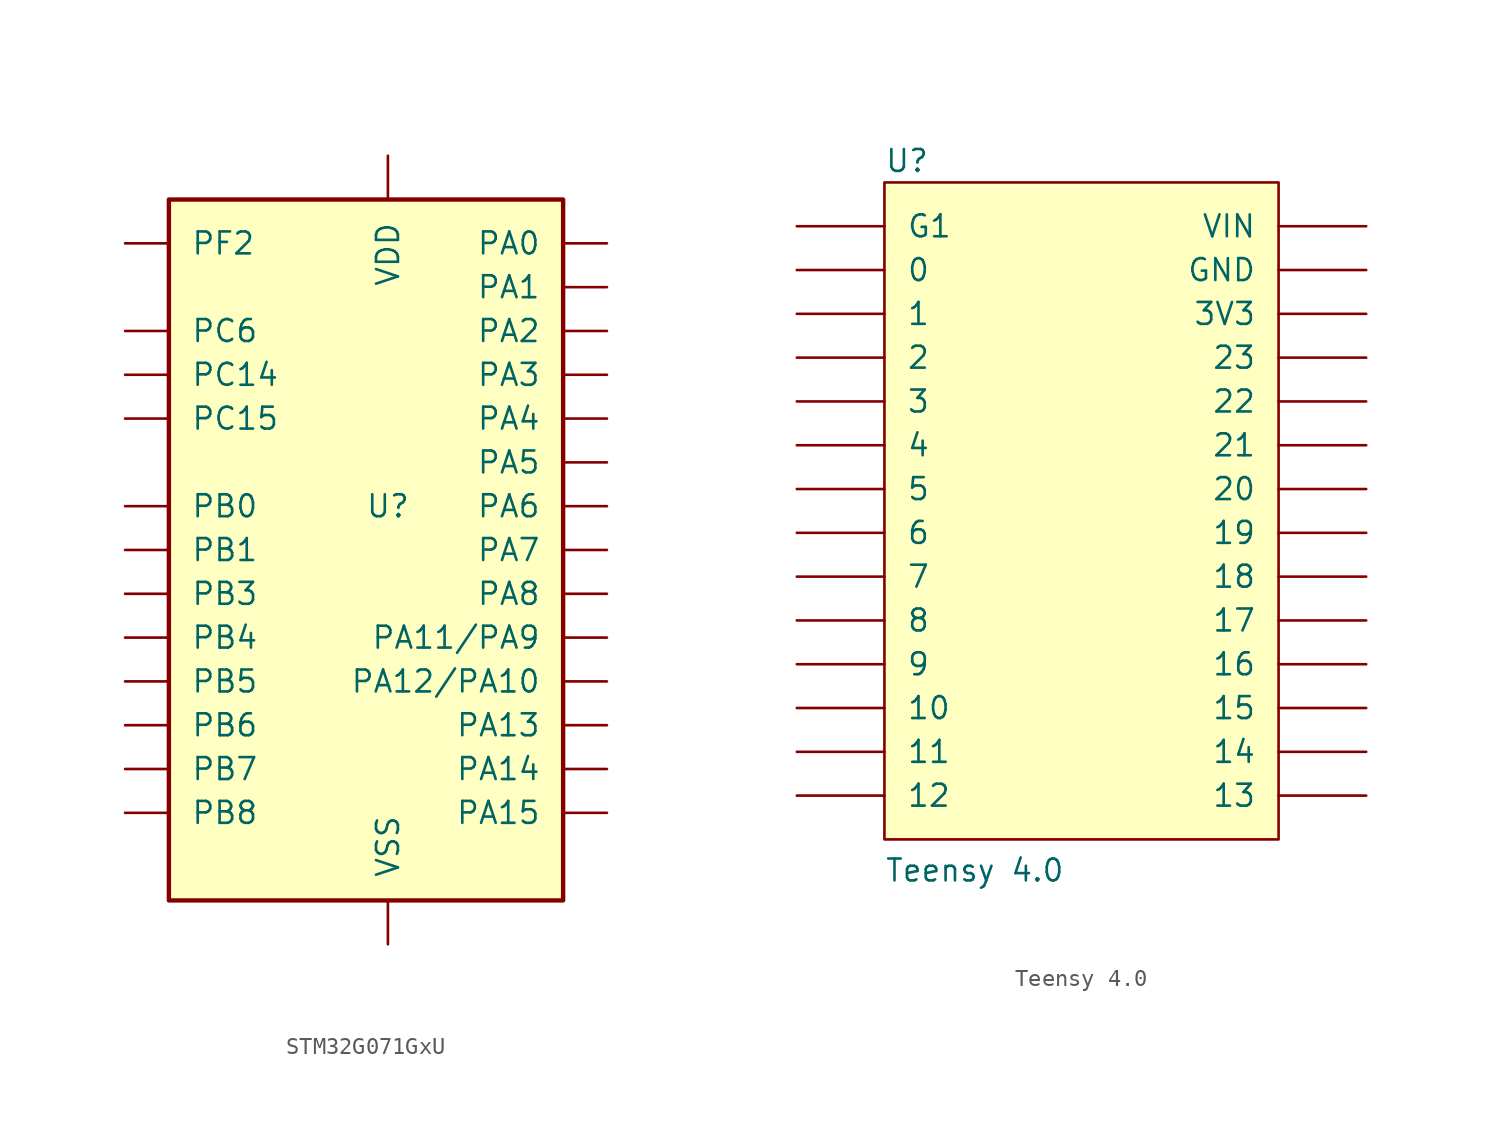
<source format=kicad_sym>
(kicad_symbol_lib
  (version 20231120)
  (generator "kicad_symbol_editor")
  (generator_version "8.0")
  (symbol "STM32G071GxU"
    (pin_numbers hide)
    (pin_names
      (offset 1.27))
    (property "Reference" "U"
      (at 0 0 0)
      (effects (font (size 1.27 1.27))))
    (property "Value" ""
      (at 0 0 0)
      (effects (font (size 1.27 1.27))))
    (symbol "STM32G071GxU_0_1"
      (rectangle (start -12.7 -22.86) (end 10.16 17.78) (stroke (width 0.254) (type default)) (fill (type background))))
    (symbol "STM32G071GxU_1_1"
      (pin bidirectional line (at -15.24 7.62 0) (length 2.54) (name "PC14" (effects (font (size 1.27 1.27)))) (number "1" (effects (font (size 1.27 1.27)))) (alternate "RCC_OSC32_IN" bidirectional line) (alternate "RCC_OSC_IN" bidirectional line) (alternate "TIM1_BK2" bidirectional line))
      (pin bidirectional line (at 12.7 5.08 180) (length 2.54) (name "PA4" (effects (font (size 1.27 1.27)))) (number "10" (effects (font (size 1.27 1.27)))) (alternate "ADC1_IN4" bidirectional line) (alternate "DAC1_OUT1" bidirectional line) (alternate "I2S1_WS" bidirectional line) (alternate "LPTIM2_OUT" bidirectional line) (alternate "RTC_OUT_ALARM" bidirectional line) (alternate "RTC_OUT_CALIB" bidirectional line) (alternate "RTC_TAMP_IN1" bidirectional line) (alternate "RTC_TS" bidirectional line) (alternate "SPI1_NSS" bidirectional line) (alternate "SPI2_MOSI" bidirectional line) (alternate "SYS_WKUP2" bidirectional line) (alternate "TIM14_CH1" bidirectional line))
      (pin bidirectional line (at 12.7 2.54 180) (length 2.54) (name "PA5" (effects (font (size 1.27 1.27)))) (number "11" (effects (font (size 1.27 1.27)))) (alternate "ADC1_IN5" bidirectional line) (alternate "CEC" bidirectional line) (alternate "DAC1_OUT2" bidirectional line) (alternate "I2S1_CK" bidirectional line) (alternate "LPTIM2_ETR" bidirectional line) (alternate "SPI1_SCK" bidirectional line) (alternate "TIM2_CH1" bidirectional line) (alternate "TIM2_ETR" bidirectional line) (alternate "UCPD1_FRSTX1" bidirectional line) (alternate "UCPD1_FRSTX2" bidirectional line) (alternate "USART3_TX" bidirectional line))
      (pin bidirectional line (at 12.7 0 180) (length 2.54) (name "PA6" (effects (font (size 1.27 1.27)))) (number "12" (effects (font (size 1.27 1.27)))) (alternate "ADC1_IN6" bidirectional line) (alternate "COMP1_OUT" bidirectional line) (alternate "I2S1_MCK" bidirectional line) (alternate "LPUART1_CTS" bidirectional line) (alternate "SPI1_MISO" bidirectional line) (alternate "TIM16_CH1" bidirectional line) (alternate "TIM1_BK" bidirectional line) (alternate "TIM3_CH1" bidirectional line) (alternate "USART3_CTS" bidirectional line) (alternate "USART3_NSS" bidirectional line))
      (pin bidirectional line (at 12.7 -2.54 180) (length 2.54) (name "PA7" (effects (font (size 1.27 1.27)))) (number "13" (effects (font (size 1.27 1.27)))) (alternate "ADC1_IN7" bidirectional line) (alternate "COMP2_OUT" bidirectional line) (alternate "I2S1_SD" bidirectional line) (alternate "SPI1_MOSI" bidirectional line) (alternate "TIM14_CH1" bidirectional line) (alternate "TIM17_CH1" bidirectional line) (alternate "TIM1_CH1N" bidirectional line) (alternate "TIM3_CH2" bidirectional line) (alternate "UCPD1_FRSTX1" bidirectional line) (alternate "UCPD1_FRSTX2" bidirectional line))
      (pin bidirectional line (at -15.24 0 0) (length 2.54) (name "PB0" (effects (font (size 1.27 1.27)))) (number "14" (effects (font (size 1.27 1.27)))) (alternate "ADC1_IN8" bidirectional line) (alternate "COMP1_OUT" bidirectional line) (alternate "I2S1_WS" bidirectional line) (alternate "LPTIM1_OUT" bidirectional line) (alternate "SPI1_NSS" bidirectional line) (alternate "TIM1_CH2N" bidirectional line) (alternate "TIM3_CH3" bidirectional line) (alternate "UCPD1_FRSTX1" bidirectional line) (alternate "UCPD1_FRSTX2" bidirectional line) (alternate "USART3_RX" bidirectional line))
      (pin bidirectional line (at -15.24 -2.54 0) (length 2.54) (name "PB1" (effects (font (size 1.27 1.27)))) (number "15" (effects (font (size 1.27 1.27)))) (alternate "ADC1_IN9" bidirectional line) (alternate "COMP1_INM" bidirectional line) (alternate "LPTIM2_IN1" bidirectional line) (alternate "LPUART1_DE" bidirectional line) (alternate "LPUART1_RTS" bidirectional line) (alternate "TIM14_CH1" bidirectional line) (alternate "TIM1_CH3N" bidirectional line) (alternate "TIM3_CH4" bidirectional line) (alternate "USART3_CK" bidirectional line) (alternate "USART3_DE" bidirectional line) (alternate "USART3_RTS" bidirectional line))
      (pin bidirectional line (at 12.7 -5.08 180) (length 2.54) (name "PA8" (effects (font (size 1.27 1.27)))) (number "16" (effects (font (size 1.27 1.27)))) (alternate "LPTIM2_OUT" bidirectional line) (alternate "RCC_MCO" bidirectional line) (alternate "SPI2_NSS" bidirectional line) (alternate "TIM1_CH1" bidirectional line) (alternate "UCPD1_CC1" bidirectional line))
      (pin bidirectional line (at -15.24 10.16 0) (length 2.54) (name "PC6" (effects (font (size 1.27 1.27)))) (number "17" (effects (font (size 1.27 1.27)))) (alternate "TIM2_CH3" bidirectional line) (alternate "TIM3_CH1" bidirectional line) (alternate "UCPD1_FRSTX1" bidirectional line) (alternate "UCPD1_FRSTX2" bidirectional line))
      (pin bidirectional line (at 12.7 -7.62 180) (length 2.54) (name "PA11/PA9" (effects (font (size 1.27 1.27)))) (number "18" (effects (font (size 1.27 1.27)))) (alternate "ADC1_EXTI11" bidirectional line) (alternate "COMP1_OUT" bidirectional line) (alternate "I2C2_SCL" bidirectional line) (alternate "I2S1_MCK" bidirectional line) (alternate "SPI1_MISO" bidirectional line) (alternate "TIM1_BK2" bidirectional line) (alternate "TIM1_CH4" bidirectional line) (alternate "USART1_CTS" bidirectional line) (alternate "USART1_NSS" bidirectional line))
      (pin bidirectional line (at 12.7 -10.16 180) (length 2.54) (name "PA12/PA10" (effects (font (size 1.27 1.27)))) (number "19" (effects (font (size 1.27 1.27)))) (alternate "COMP2_OUT" bidirectional line) (alternate "I2C2_SDA" bidirectional line) (alternate "I2S1_SD" bidirectional line) (alternate "I2S_CKIN" bidirectional line) (alternate "SPI1_MOSI" bidirectional line) (alternate "TIM1_ETR" bidirectional line) (alternate "USART1_CK" bidirectional line) (alternate "USART1_DE" bidirectional line) (alternate "USART1_RTS" bidirectional line))
      (pin bidirectional line (at -15.24 5.08 0) (length 2.54) (name "PC15" (effects (font (size 1.27 1.27)))) (number "2" (effects (font (size 1.27 1.27)))) (alternate "RCC_OSC32_EN" bidirectional line) (alternate "RCC_OSC32_OUT" bidirectional line) (alternate "RCC_OSC_EN" bidirectional line) (alternate "TIM15_BK" bidirectional line))
      (pin bidirectional line (at 12.7 -12.7 180) (length 2.54) (name "PA13" (effects (font (size 1.27 1.27)))) (number "20" (effects (font (size 1.27 1.27)))) (alternate "IR_OUT" bidirectional line) (alternate "SYS_SWDIO" bidirectional line))
      (pin bidirectional line (at 12.7 -15.24 180) (length 2.54) (name "PA14" (effects (font (size 1.27 1.27)))) (number "21" (effects (font (size 1.27 1.27)))) (alternate "SYS_SWCLK" bidirectional line) (alternate "USART2_TX" bidirectional line))
      (pin bidirectional line (at 12.7 -17.78 180) (length 2.54) (name "PA15" (effects (font (size 1.27 1.27)))) (number "22" (effects (font (size 1.27 1.27)))) (alternate "I2S1_WS" bidirectional line) (alternate "SPI1_NSS" bidirectional line) (alternate "TIM2_CH1" bidirectional line) (alternate "TIM2_ETR" bidirectional line) (alternate "USART2_RX" bidirectional line) (alternate "USART3_CK" bidirectional line) (alternate "USART3_DE" bidirectional line) (alternate "USART3_RTS" bidirectional line) (alternate "USART4_CK" bidirectional line) (alternate "USART4_DE" bidirectional line) (alternate "USART4_RTS" bidirectional line))
      (pin bidirectional line (at -15.24 -5.08 0) (length 2.54) (name "PB3" (effects (font (size 1.27 1.27)))) (number "23" (effects (font (size 1.27 1.27)))) (alternate "COMP2_INM" bidirectional line) (alternate "I2S1_CK" bidirectional line) (alternate "SPI1_SCK" bidirectional line) (alternate "TIM1_CH2" bidirectional line) (alternate "TIM2_CH2" bidirectional line) (alternate "USART1_CK" bidirectional line) (alternate "USART1_DE" bidirectional line) (alternate "USART1_RTS" bidirectional line))
      (pin bidirectional line (at -15.24 -7.62 0) (length 2.54) (name "PB4" (effects (font (size 1.27 1.27)))) (number "24" (effects (font (size 1.27 1.27)))) (alternate "COMP2_INP" bidirectional line) (alternate "I2S1_MCK" bidirectional line) (alternate "SPI1_MISO" bidirectional line) (alternate "TIM17_BK" bidirectional line) (alternate "TIM3_CH1" bidirectional line) (alternate "USART1_CTS" bidirectional line) (alternate "USART1_NSS" bidirectional line))
      (pin bidirectional line (at -15.24 -10.16 0) (length 2.54) (name "PB5" (effects (font (size 1.27 1.27)))) (number "25" (effects (font (size 1.27 1.27)))) (alternate "COMP2_OUT" bidirectional line) (alternate "I2C1_SMBA" bidirectional line) (alternate "I2S1_SD" bidirectional line) (alternate "LPTIM1_IN1" bidirectional line) (alternate "SPI1_MOSI" bidirectional line) (alternate "SYS_WKUP6" bidirectional line) (alternate "TIM16_BK" bidirectional line) (alternate "TIM3_CH2" bidirectional line))
      (pin bidirectional line (at -15.24 -12.7 0) (length 2.54) (name "PB6" (effects (font (size 1.27 1.27)))) (number "26" (effects (font (size 1.27 1.27)))) (alternate "COMP2_INP" bidirectional line) (alternate "I2C1_SCL" bidirectional line) (alternate "LPTIM1_ETR" bidirectional line) (alternate "SPI2_MISO" bidirectional line) (alternate "TIM16_CH1N" bidirectional line) (alternate "TIM1_CH3" bidirectional line) (alternate "USART1_TX" bidirectional line))
      (pin bidirectional line (at -15.24 -15.24 0) (length 2.54) (name "PB7" (effects (font (size 1.27 1.27)))) (number "27" (effects (font (size 1.27 1.27)))) (alternate "COMP2_INM" bidirectional line) (alternate "I2C1_SDA" bidirectional line) (alternate "LPTIM1_IN2" bidirectional line) (alternate "SPI2_MOSI" bidirectional line) (alternate "SYS_PVD_IN" bidirectional line) (alternate "TIM17_CH1N" bidirectional line) (alternate "USART1_RX" bidirectional line) (alternate "USART4_CTS" bidirectional line) (alternate "USART4_NSS" bidirectional line))
      (pin bidirectional line (at -15.24 -17.78 0) (length 2.54) (name "PB8" (effects (font (size 1.27 1.27)))) (number "28" (effects (font (size 1.27 1.27)))) (alternate "CEC" bidirectional line) (alternate "I2C1_SCL" bidirectional line) (alternate "SPI2_SCK" bidirectional line) (alternate "TIM15_BK" bidirectional line) (alternate "TIM16_CH1" bidirectional line) (alternate "USART3_TX" bidirectional line))
      (pin power_in line (at 0 20.32 270) (length 2.54) (name "VDD" (effects (font (size 1.27 1.27)))) (number "3" (effects (font (size 1.27 1.27)))))
      (pin power_in line (at 0 -25.4 90) (length 2.54) (name "VSS" (effects (font (size 1.27 1.27)))) (number "4" (effects (font (size 1.27 1.27)))))
      (pin bidirectional line (at -15.24 15.24 0) (length 2.54) (name "PF2" (effects (font (size 1.27 1.27)))) (number "5" (effects (font (size 1.27 1.27)))) (alternate "RCC_MCO" bidirectional line))
      (pin bidirectional line (at 12.7 15.24 180) (length 2.54) (name "PA0" (effects (font (size 1.27 1.27)))) (number "6" (effects (font (size 1.27 1.27)))) (alternate "ADC1_IN0" bidirectional line) (alternate "COMP1_INM" bidirectional line) (alternate "COMP1_OUT" bidirectional line) (alternate "LPTIM1_OUT" bidirectional line) (alternate "RTC_TAMP_IN2" bidirectional line) (alternate "SPI2_SCK" bidirectional line) (alternate "SYS_WKUP1" bidirectional line) (alternate "TIM2_CH1" bidirectional line) (alternate "TIM2_ETR" bidirectional line) (alternate "USART2_CTS" bidirectional line) (alternate "USART2_NSS" bidirectional line) (alternate "USART4_TX" bidirectional line))
      (pin bidirectional line (at 12.7 12.7 180) (length 2.54) (name "PA1" (effects (font (size 1.27 1.27)))) (number "7" (effects (font (size 1.27 1.27)))) (alternate "ADC1_IN1" bidirectional line) (alternate "COMP1_INP" bidirectional line) (alternate "I2C1_SMBA" bidirectional line) (alternate "I2S1_CK" bidirectional line) (alternate "SPI1_SCK" bidirectional line) (alternate "TIM15_CH1N" bidirectional line) (alternate "TIM2_CH2" bidirectional line) (alternate "USART2_CK" bidirectional line) (alternate "USART2_DE" bidirectional line) (alternate "USART2_RTS" bidirectional line) (alternate "USART4_RX" bidirectional line))
      (pin bidirectional line (at 12.7 10.16 180) (length 2.54) (name "PA2" (effects (font (size 1.27 1.27)))) (number "8" (effects (font (size 1.27 1.27)))) (alternate "ADC1_IN2" bidirectional line) (alternate "COMP2_INM" bidirectional line) (alternate "COMP2_OUT" bidirectional line) (alternate "I2S1_SD" bidirectional line) (alternate "LPUART1_TX" bidirectional line) (alternate "RCC_LSCO" bidirectional line) (alternate "SPI1_MOSI" bidirectional line) (alternate "SYS_WKUP4" bidirectional line) (alternate "TIM15_CH1" bidirectional line) (alternate "TIM2_CH3" bidirectional line) (alternate "UCPD1_FRSTX1" bidirectional line) (alternate "UCPD1_FRSTX2" bidirectional line) (alternate "USART2_TX" bidirectional line))
      (pin bidirectional line (at 12.7 7.62 180) (length 2.54) (name "PA3" (effects (font (size 1.27 1.27)))) (number "9" (effects (font (size 1.27 1.27)))) (alternate "ADC1_IN3" bidirectional line) (alternate "COMP2_INP" bidirectional line) (alternate "LPUART1_RX" bidirectional line) (alternate "SPI2_MISO" bidirectional line) (alternate "TIM15_CH2" bidirectional line) (alternate "TIM2_CH4" bidirectional line) (alternate "USART2_RX" bidirectional line))))
  (symbol "Teensy 4.0"
    (pin_numbers hide)
    (pin_names
      (offset 1.27))
    (property "Reference" "U"
      (at -11.43 20.828 0)
      (effects (font (size 1.27 1.27)) (justify left bottom)))
    (property "Value" "Teensy 4.0"
      (at -11.43 -20.32 0)
      (effects (font (size 1.27 1.27)) (justify left bottom)))
    (symbol "Teensy 4.0_0_0"
      (rectangle (start -11.43 20.32) (end 11.43 -17.78) (stroke (width 0.152) (type default)) (fill (type background)))
      (pin bidirectional line (at -16.51 10.16 0) (length 5.08) (name "2" (effects (font (size 1.27 1.27)))) (number "2" (effects (font (size 1.27 1.27)))))
      (pin bidirectional line (at -16.51 7.62 0) (length 5.08) (name "3" (effects (font (size 1.27 1.27)))) (number "3" (effects (font (size 1.27 1.27)))))
      (pin bidirectional line (at -16.51 5.08 0) (length 5.08) (name "4" (effects (font (size 1.27 1.27)))) (number "4" (effects (font (size 1.27 1.27)))))
      (pin bidirectional line (at -16.51 2.54 0) (length 5.08) (name "5" (effects (font (size 1.27 1.27)))) (number "5" (effects (font (size 1.27 1.27)))))
      (pin bidirectional line (at -16.51 0 0) (length 5.08) (name "6" (effects (font (size 1.27 1.27)))) (number "6" (effects (font (size 1.27 1.27)))))
      (pin bidirectional line (at -16.51 -7.62 0) (length 5.08) (name "9" (effects (font (size 1.27 1.27)))) (number "9" (effects (font (size 1.27 1.27)))))
      (pin power_in line (at -16.51 17.78 0) (length 5.08) (name "G1" (effects (font (size 1.27 1.27)))) (number "G1" (effects (font (size 1.27 1.27)))))
      (pin power_in line (at 16.51 17.78 180) (length 5.08) (name "VIN" (effects (font (size 1.27 1.27)))) (number "VIN" (effects (font (size 1.27 1.27))))))
    (symbol "Teensy 4.0_1_0"
      (pin bidirectional line (at -16.51 15.24 0) (length 5.08) (name "0" (effects (font (size 1.27 1.27)))) (number "0" (effects (font (size 1.27 1.27)))) (alternate "RX1" bidirectional line))
      (pin bidirectional line (at -16.51 12.7 0) (length 5.08) (name "1" (effects (font (size 1.27 1.27)))) (number "1" (effects (font (size 1.27 1.27)))) (alternate "TX1" bidirectional line))
      (pin bidirectional line (at -16.51 -10.16 0) (length 5.08) (name "10" (effects (font (size 1.27 1.27)))) (number "10" (effects (font (size 1.27 1.27)))) (alternate "CS" bidirectional line))
      (pin bidirectional line (at -16.51 -12.7 0) (length 5.08) (name "11" (effects (font (size 1.27 1.27)))) (number "11" (effects (font (size 1.27 1.27)))) (alternate "MOSI" bidirectional line))
      (pin bidirectional line (at -16.51 -15.24 0) (length 5.08) (name "12" (effects (font (size 1.27 1.27)))) (number "12" (effects (font (size 1.27 1.27)))) (alternate "MISO" bidirectional line))
      (pin bidirectional line (at 16.51 -15.24 180) (length 5.08) (name "13" (effects (font (size 1.27 1.27)))) (number "13" (effects (font (size 1.27 1.27)))) (alternate "LED" bidirectional line) (alternate "SCL" bidirectional line))
      (pin bidirectional line (at 16.51 -12.7 180) (length 5.08) (name "14" (effects (font (size 1.27 1.27)))) (number "14" (effects (font (size 1.27 1.27)))) (alternate "A0" bidirectional line) (alternate "TX3" bidirectional line))
      (pin bidirectional line (at 16.51 -10.16 180) (length 5.08) (name "15" (effects (font (size 1.27 1.27)))) (number "15" (effects (font (size 1.27 1.27)))) (alternate "A1" bidirectional line) (alternate "RX3" bidirectional line))
      (pin bidirectional line (at 16.51 -7.62 180) (length 5.08) (name "16" (effects (font (size 1.27 1.27)))) (number "16" (effects (font (size 1.27 1.27)))) (alternate "A2" bidirectional line) (alternate "RX4" bidirectional line) (alternate "SCL1" bidirectional line))
      (pin bidirectional line (at 16.51 -5.08 180) (length 5.08) (name "17" (effects (font (size 1.27 1.27)))) (number "17" (effects (font (size 1.27 1.27)))) (alternate "A3" bidirectional line) (alternate "SDA1" bidirectional line) (alternate "TX4" bidirectional line))
      (pin bidirectional line (at 16.51 -2.54 180) (length 5.08) (name "18" (effects (font (size 1.27 1.27)))) (number "18" (effects (font (size 1.27 1.27)))) (alternate "A4" bidirectional line) (alternate "SDA0" bidirectional line))
      (pin bidirectional line (at 16.51 0 180) (length 5.08) (name "19" (effects (font (size 1.27 1.27)))) (number "19" (effects (font (size 1.27 1.27)))) (alternate "A5" bidirectional line) (alternate "SCL0" bidirectional line))
      (pin bidirectional line (at 16.51 2.54 180) (length 5.08) (name "20" (effects (font (size 1.27 1.27)))) (number "20" (effects (font (size 1.27 1.27)))) (alternate "A6" bidirectional line) (alternate "TX5" bidirectional line))
      (pin bidirectional line (at 16.51 5.08 180) (length 5.08) (name "21" (effects (font (size 1.27 1.27)))) (number "21" (effects (font (size 1.27 1.27)))) (alternate "A7" bidirectional line) (alternate "RX5" bidirectional line))
      (pin bidirectional line (at 16.51 7.62 180) (length 5.08) (name "22" (effects (font (size 1.27 1.27)))) (number "22" (effects (font (size 1.27 1.27)))) (alternate "A8" bidirectional line))
      (pin bidirectional line (at 16.51 10.16 180) (length 5.08) (name "23" (effects (font (size 1.27 1.27)))) (number "23" (effects (font (size 1.27 1.27)))) (alternate "A9" bidirectional line))
      (pin power_in line (at 16.51 12.7 180) (length 5.08) (name "3V3" (effects (font (size 1.27 1.27)))) (number "3.3V_2" (effects (font (size 1.27 1.27)))))
      (pin bidirectional line (at -16.51 -2.54 0) (length 5.08) (name "7" (effects (font (size 1.27 1.27)))) (number "7" (effects (font (size 1.27 1.27)))) (alternate "RX2" bidirectional line))
      (pin bidirectional line (at -16.51 -5.08 0) (length 5.08) (name "8" (effects (font (size 1.27 1.27)))) (number "8" (effects (font (size 1.27 1.27)))) (alternate "TX2" bidirectional line))
      (pin power_in line (at 16.51 15.24 180) (length 5.08) (name "GND" (effects (font (size 1.27 1.27)))) (number "G3" (effects (font (size 1.27 1.27))))))))
</source>
